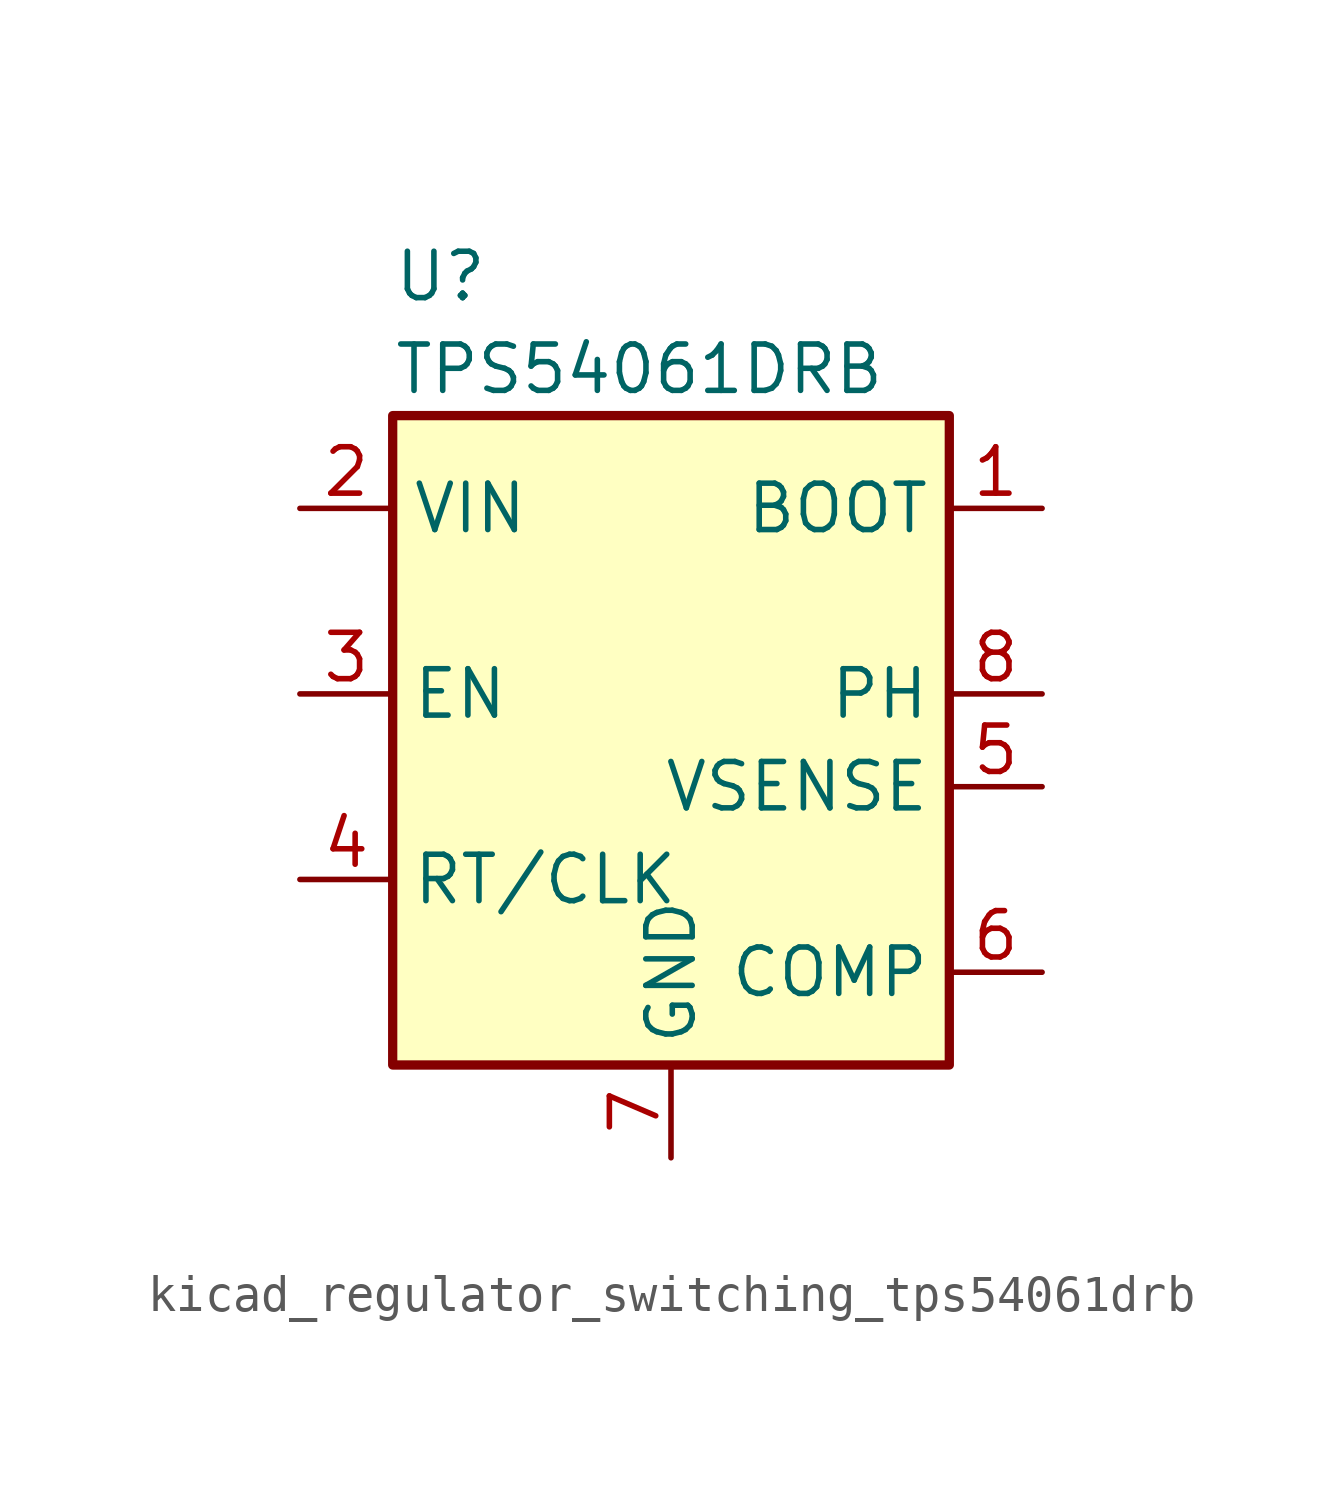
<source format=kicad_sym>
(kicad_symbol_lib
  (version 20220914)
  (generator kicad_symbol_editor)
  (symbol "kicad_regulator_switching_tps54061drb"
    (property "Reference" "U"
      (at -7.62 11.43 0)
      (effects (font (size 1.27 1.27)) (justify left)))
    (property "Value" "TPS54061DRB"
      (at -7.62 8.89 0)
      (effects (font (size 1.27 1.27)) (justify left)))
    (symbol "kicad_regulator_switching_tps54061drb_0_1"
      (rectangle (start -7.62 7.62) (end 7.62 -10.16) (stroke (width 0.254) (type default)) (fill (type background))))
    (symbol "kicad_regulator_switching_tps54061drb_1_1"
      (pin passive line (at 10.16 5.08 180) (length 2.54) (name "BOOT" (effects (font (size 1.27 1.27)))) (number "1" (effects (font (size 1.27 1.27)))))
      (pin power_in line (at -10.16 5.08 0) (length 2.54) (name "VIN" (effects (font (size 1.27 1.27)))) (number "2" (effects (font (size 1.27 1.27)))))
      (pin input line (at -10.16 0 0) (length 2.54) (name "EN" (effects (font (size 1.27 1.27)))) (number "3" (effects (font (size 1.27 1.27)))))
      (pin passive line (at -10.16 -5.08 0) (length 2.54) (name "RT/CLK" (effects (font (size 1.27 1.27)))) (number "4" (effects (font (size 1.27 1.27)))))
      (pin input line (at 10.16 -2.54 180) (length 2.54) (name "VSENSE" (effects (font (size 1.27 1.27)))) (number "5" (effects (font (size 1.27 1.27)))))
      (pin passive line (at 10.16 -7.62 180) (length 2.54) (name "COMP" (effects (font (size 1.27 1.27)))) (number "6" (effects (font (size 1.27 1.27)))))
      (pin power_in line (at 0 -12.7 90) (length 2.54) (name "GND" (effects (font (size 1.27 1.27)))) (number "7" (effects (font (size 1.27 1.27)))))
      (pin power_out line (at 10.16 0 180) (length 2.54) (name "PH" (effects (font (size 1.27 1.27)))) (number "8" (effects (font (size 1.27 1.27)))))
      (pin passive line (at 0 -12.7 90) (length 2.54) hide (name "GND" (effects (font (size 1.27 1.27)))) (number "9" (effects (font (size 1.27 1.27))))))))
</source>
